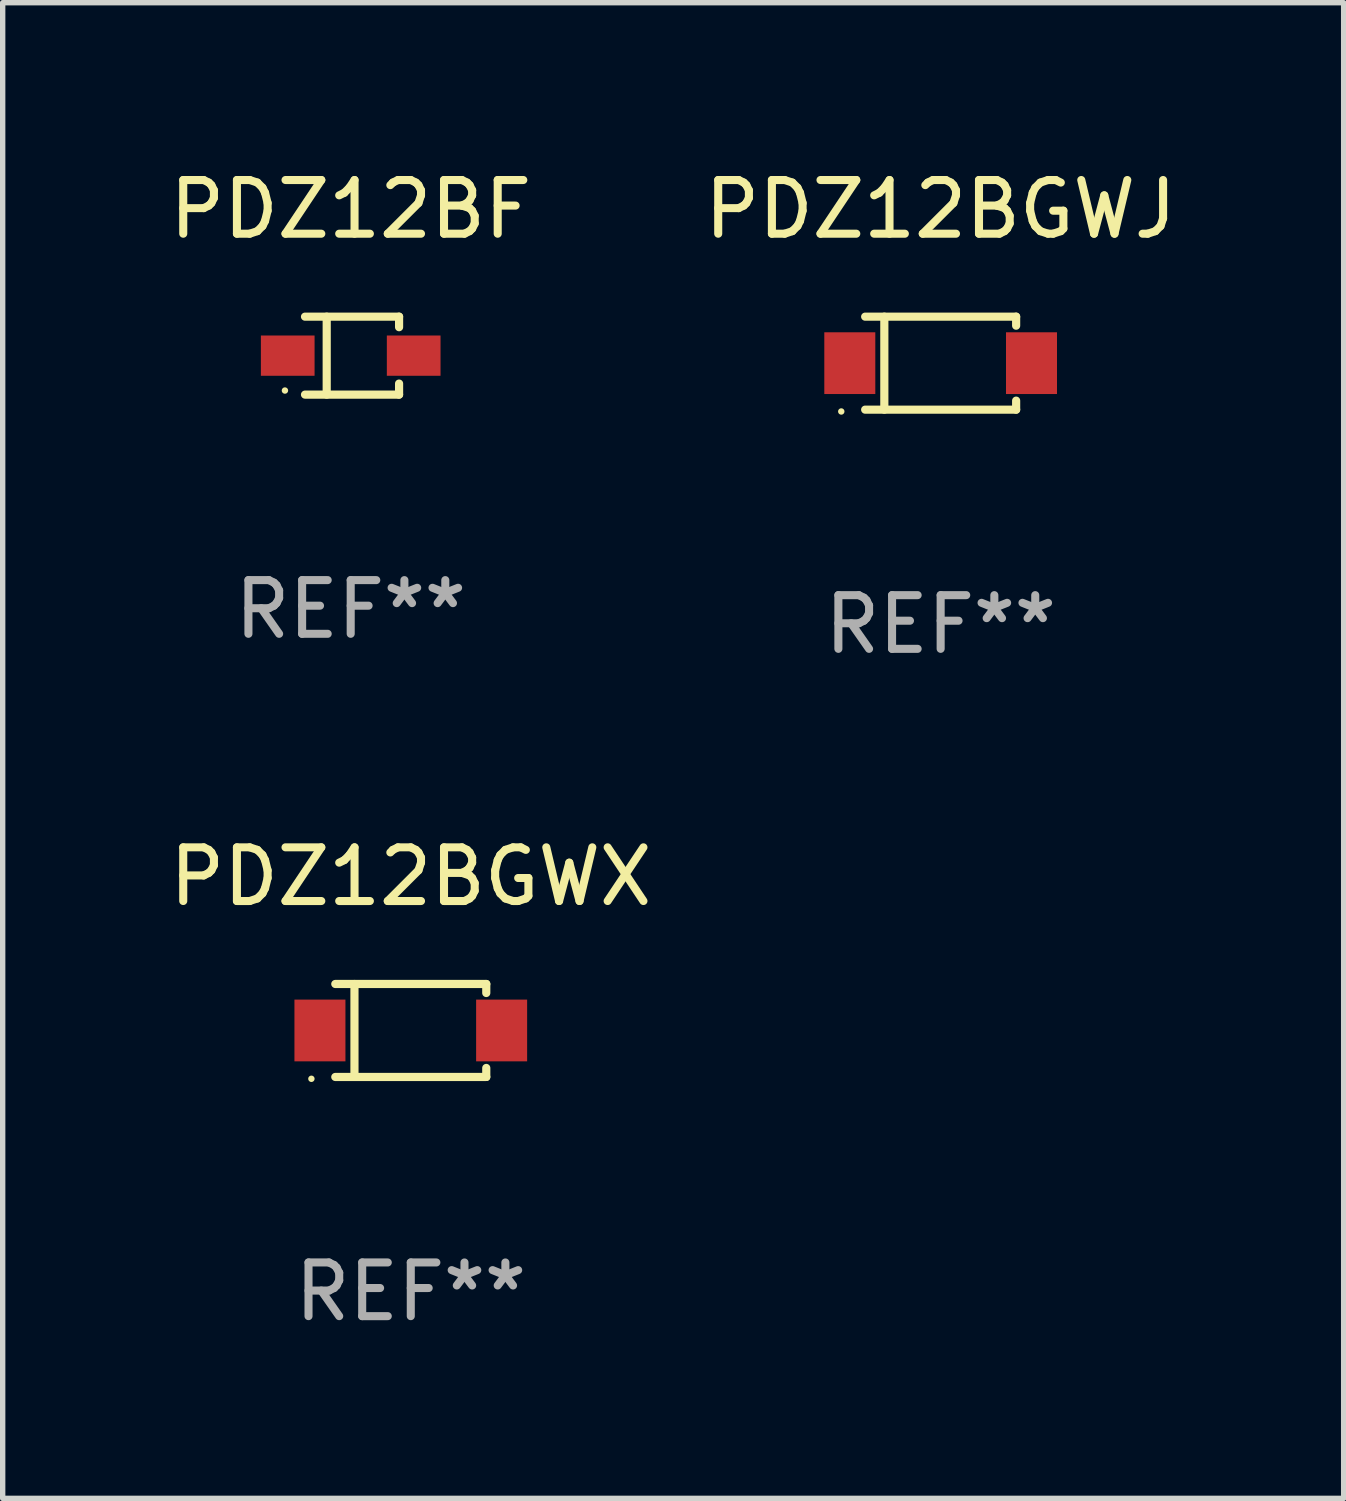
<source format=kicad_pcb>
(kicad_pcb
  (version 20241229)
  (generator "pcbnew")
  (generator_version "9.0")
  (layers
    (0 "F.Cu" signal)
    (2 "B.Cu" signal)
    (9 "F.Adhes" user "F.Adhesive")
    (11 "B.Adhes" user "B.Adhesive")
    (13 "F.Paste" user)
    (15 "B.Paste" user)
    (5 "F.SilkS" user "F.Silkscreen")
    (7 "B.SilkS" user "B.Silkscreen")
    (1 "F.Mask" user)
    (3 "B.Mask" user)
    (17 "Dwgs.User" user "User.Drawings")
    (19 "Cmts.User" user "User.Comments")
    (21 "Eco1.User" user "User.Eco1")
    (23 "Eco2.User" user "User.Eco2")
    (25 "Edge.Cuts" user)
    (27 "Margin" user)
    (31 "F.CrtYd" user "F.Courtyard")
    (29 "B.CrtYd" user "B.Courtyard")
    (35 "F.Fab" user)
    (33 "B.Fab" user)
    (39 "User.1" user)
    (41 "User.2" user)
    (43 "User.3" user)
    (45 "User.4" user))
  (footprint "PDZ12BGWJ"
    (layer "F.Cu")
    (at 14.47 3.714)
    (property "Reference" "PDZ12BGWJ" (at 0 -2.866 0) (layer "F.SilkS") (effects (font (size 1 1) (thickness 0.15))))
    (attr through_hole)
    (fp_line (start -1.406 -0.866) (end 1.406 -0.866) (stroke (width 0.152) (type solid)) (layer "F.SilkS"))
    (fp_line (start -1.406 0.866) (end 1.406 0.866) (stroke (width 0.152) (type solid)) (layer "F.SilkS"))
    (fp_line (start -1.049 -0.866) (end -1.049 0.866) (stroke (width 0.152) (type solid)) (layer "F.SilkS"))
    (fp_line (start 1.406 -0.866) (end 1.406 -0.698) (stroke (width 0.152) (type solid)) (layer "F.SilkS"))
    (fp_line (start 1.406 0.866) (end 1.406 0.698) (stroke (width 0.152) (type solid)) (layer "F.SilkS"))
    (fp_circle (center -1.851 0.9) (end -1.821 0.9) (stroke (width 0.06) (type solid)) (fill no) (layer "F.SilkS"))
    (fp_text user "REF**" (at 0 4.866 0) (layer "F.Fab") (effects (font (size 1 1) (thickness 0.15))))
    (pad "1" smd rect (at -1.692 0) (size 0.95 1.15) (layers "F.Cu" "F.Mask" "F.Paste"))
    (pad "2" smd rect (at 1.692 0) (size 0.95 1.15) (layers "F.Cu" "F.Mask" "F.Paste")))
  (footprint "PDZ12BGWX"
    (layer "F.Cu")
    (at 4.601 16.143)
    (property "Reference" "PDZ12BGWX" (at 0 -2.866 0) (layer "F.SilkS") (effects (font (size 1 1) (thickness 0.15))))
    (attr through_hole)
    (fp_line (start -1.406 -0.866) (end 1.406 -0.866) (stroke (width 0.152) (type solid)) (layer "F.SilkS"))
    (fp_line (start -1.406 0.866) (end 1.406 0.866) (stroke (width 0.152) (type solid)) (layer "F.SilkS"))
    (fp_line (start -1.049 -0.866) (end -1.049 0.866) (stroke (width 0.152) (type solid)) (layer "F.SilkS"))
    (fp_line (start 1.406 -0.866) (end 1.406 -0.698) (stroke (width 0.152) (type solid)) (layer "F.SilkS"))
    (fp_line (start 1.406 0.866) (end 1.406 0.698) (stroke (width 0.152) (type solid)) (layer "F.SilkS"))
    (fp_circle (center -1.851 0.9) (end -1.821 0.9) (stroke (width 0.06) (type solid)) (fill no) (layer "F.SilkS"))
    (fp_text user "REF**" (at 0 4.866 0) (layer "F.Fab") (effects (font (size 1 1) (thickness 0.15))))
    (pad "1" smd rect (at -1.692 0) (size 0.95 1.15) (layers "F.Cu" "F.Mask" "F.Paste"))
    (pad "2" smd rect (at 1.692 0) (size 0.95 1.15) (layers "F.Cu" "F.Mask" "F.Paste")))
  (footprint "PDZ12BF"
    (layer "F.Cu")
    (at 3.482 3.574)
    (property "Reference" "PDZ12BF" (at 0 -2.726 0) (layer "F.SilkS") (effects (font (size 1 1) (thickness 0.15))))
    (attr through_hole)
    (fp_line (start -0.851 -0.726) (end 0.901 -0.726) (stroke (width 0.152) (type solid)) (layer "F.SilkS"))
    (fp_line (start -0.851 0.726) (end 0.901 0.726) (stroke (width 0.152) (type solid)) (layer "F.SilkS"))
    (fp_line (start -0.447 -0.726) (end -0.447 0.726) (stroke (width 0.152) (type solid)) (layer "F.SilkS"))
    (fp_line (start 0.901 -0.726) (end 0.901 -0.53) (stroke (width 0.152) (type solid)) (layer "F.SilkS"))
    (fp_line (start 0.901 0.726) (end 0.901 0.52) (stroke (width 0.152) (type solid)) (layer "F.SilkS"))
    (fp_circle (center -1.225 0.65) (end -1.195 0.65) (stroke (width 0.06) (type solid)) (fill no) (layer "F.SilkS"))
    (fp_text user "REF**" (at 0 4.726 0) (layer "F.Fab") (effects (font (size 1 1) (thickness 0.15))))
    (pad "1" smd rect (at -1.173 0) (size 1 0.75) (layers "F.Cu" "F.Mask" "F.Paste"))
    (pad "2" smd rect (at 1.173 0) (size 1 0.75) (layers "F.Cu" "F.Mask" "F.Paste")))
  (gr_rect
    (start -3 -3)
    (end 21.976 24.858)
    (stroke (width 0.1) (type default))
    (fill no)
    (layer "Edge.Cuts")))
</source>
